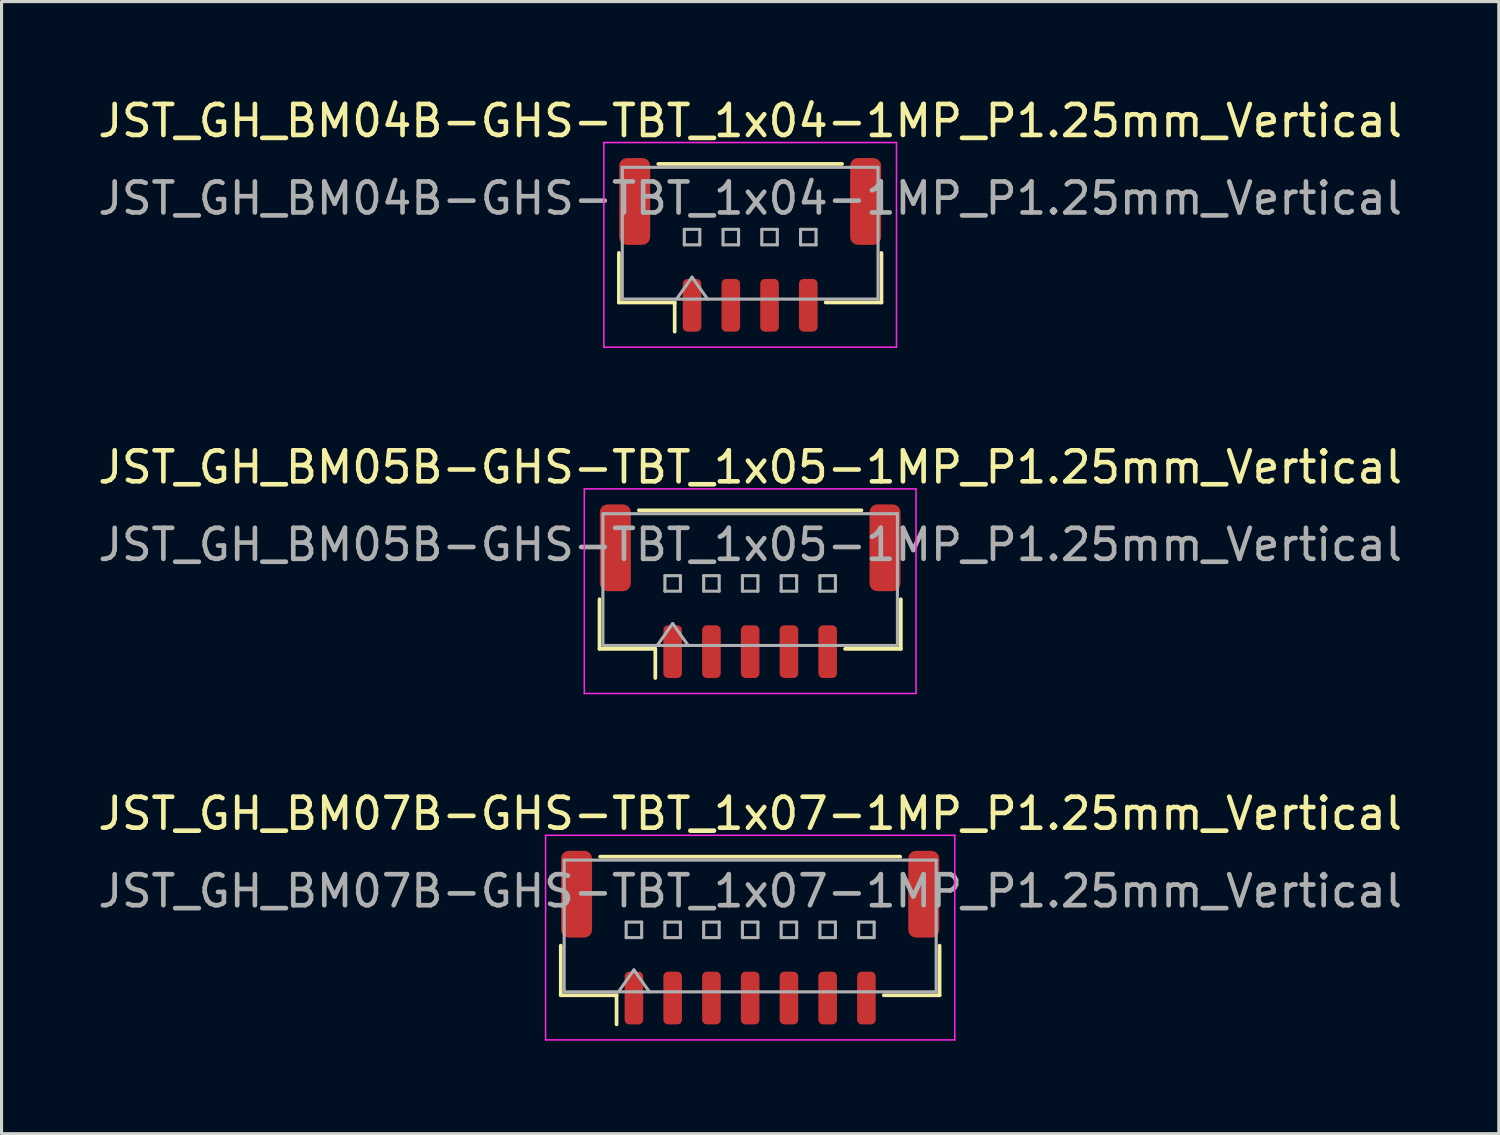
<source format=kicad_pcb>
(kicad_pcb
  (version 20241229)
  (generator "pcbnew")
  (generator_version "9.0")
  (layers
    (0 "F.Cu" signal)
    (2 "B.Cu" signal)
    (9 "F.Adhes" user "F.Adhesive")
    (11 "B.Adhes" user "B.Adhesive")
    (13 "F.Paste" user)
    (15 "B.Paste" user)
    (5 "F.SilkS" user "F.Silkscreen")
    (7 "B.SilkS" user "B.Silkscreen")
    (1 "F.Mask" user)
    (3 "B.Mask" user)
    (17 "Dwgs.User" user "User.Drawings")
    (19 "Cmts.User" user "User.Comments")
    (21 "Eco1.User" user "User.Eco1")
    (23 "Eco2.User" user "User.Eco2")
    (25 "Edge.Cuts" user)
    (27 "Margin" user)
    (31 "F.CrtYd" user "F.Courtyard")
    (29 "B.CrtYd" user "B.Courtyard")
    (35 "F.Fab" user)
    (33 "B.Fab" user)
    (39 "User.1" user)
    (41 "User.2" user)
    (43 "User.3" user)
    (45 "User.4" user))
  (footprint "JST_GH_BM04B-GHS-TBT_1x04-1MP_P1.25mm_Vertical"
    (layer "F.Cu")
    (at 21.149 4.848)
    (property "Reference" "JST_GH_BM04B-GHS-TBT_1x04-1MP_P1.25mm_Vertical" (at 0 -4 0) (layer "F.SilkS") (effects (font (size 1 1) (thickness 0.15))))
    (attr smd)
    (fp_line (start -4.235 0.26) (end -4.235 1.86) (stroke (width 0.12) (type solid)) (layer "F.SilkS"))
    (fp_line (start -4.235 1.86) (end -2.435 1.86) (stroke (width 0.12) (type solid)) (layer "F.SilkS"))
    (fp_line (start -2.965 -2.61) (end 2.965 -2.61) (stroke (width 0.12) (type solid)) (layer "F.SilkS"))
    (fp_line (start -2.435 1.86) (end -2.435 2.8) (stroke (width 0.12) (type solid)) (layer "F.SilkS"))
    (fp_line (start 4.235 0.26) (end 4.235 1.86) (stroke (width 0.12) (type solid)) (layer "F.SilkS"))
    (fp_line (start 4.235 1.86) (end 2.435 1.86) (stroke (width 0.12) (type solid)) (layer "F.SilkS"))
    (fp_line (start -4.72 -3.3) (end -4.72 3.3) (stroke (width 0.05) (type solid)) (layer "F.CrtYd"))
    (fp_line (start -4.72 3.3) (end 4.72 3.3) (stroke (width 0.05) (type solid)) (layer "F.CrtYd"))
    (fp_line (start 4.72 -3.3) (end -4.72 -3.3) (stroke (width 0.05) (type solid)) (layer "F.CrtYd"))
    (fp_line (start 4.72 3.3) (end 4.72 -3.3) (stroke (width 0.05) (type solid)) (layer "F.CrtYd"))
    (fp_line (start -4.125 -2.5) (end 4.125 -2.5) (stroke (width 0.1) (type solid)) (layer "F.Fab"))
    (fp_line (start -4.125 1.75) (end -4.125 -2.5) (stroke (width 0.1) (type solid)) (layer "F.Fab"))
    (fp_line (start -4.125 1.75) (end 4.125 1.75) (stroke (width 0.1) (type solid)) (layer "F.Fab"))
    (fp_line (start -2.375 1.75) (end -1.875 1.043) (stroke (width 0.1) (type solid)) (layer "F.Fab"))
    (fp_line (start -2.125 -0.5) (end -2.125 0) (stroke (width 0.1) (type solid)) (layer "F.Fab"))
    (fp_line (start -2.125 0) (end -1.625 0) (stroke (width 0.1) (type solid)) (layer "F.Fab"))
    (fp_line (start -1.875 1.043) (end -1.375 1.75) (stroke (width 0.1) (type solid)) (layer "F.Fab"))
    (fp_line (start -1.625 -0.5) (end -2.125 -0.5) (stroke (width 0.1) (type solid)) (layer "F.Fab"))
    (fp_line (start -1.625 0) (end -1.625 -0.5) (stroke (width 0.1) (type solid)) (layer "F.Fab"))
    (fp_line (start -0.875 -0.5) (end -0.875 0) (stroke (width 0.1) (type solid)) (layer "F.Fab"))
    (fp_line (start -0.875 0) (end -0.375 0) (stroke (width 0.1) (type solid)) (layer "F.Fab"))
    (fp_line (start -0.375 -0.5) (end -0.875 -0.5) (stroke (width 0.1) (type solid)) (layer "F.Fab"))
    (fp_line (start -0.375 0) (end -0.375 -0.5) (stroke (width 0.1) (type solid)) (layer "F.Fab"))
    (fp_line (start 0.375 -0.5) (end 0.375 0) (stroke (width 0.1) (type solid)) (layer "F.Fab"))
    (fp_line (start 0.375 0) (end 0.875 0) (stroke (width 0.1) (type solid)) (layer "F.Fab"))
    (fp_line (start 0.875 -0.5) (end 0.375 -0.5) (stroke (width 0.1) (type solid)) (layer "F.Fab"))
    (fp_line (start 0.875 0) (end 0.875 -0.5) (stroke (width 0.1) (type solid)) (layer "F.Fab"))
    (fp_line (start 1.625 -0.5) (end 1.625 0) (stroke (width 0.1) (type solid)) (layer "F.Fab"))
    (fp_line (start 1.625 0) (end 2.125 0) (stroke (width 0.1) (type solid)) (layer "F.Fab"))
    (fp_line (start 2.125 -0.5) (end 1.625 -0.5) (stroke (width 0.1) (type solid)) (layer "F.Fab"))
    (fp_line (start 2.125 0) (end 2.125 -0.5) (stroke (width 0.1) (type solid)) (layer "F.Fab"))
    (fp_line (start 4.125 1.75) (end 4.125 -2.5) (stroke (width 0.1) (type solid)) (layer "F.Fab"))
    (fp_text user "${REFERENCE}" (at 0 -1.5 0) (layer "F.Fab") (effects (font (size 1 1) (thickness 0.15))))
    (pad "1" smd roundrect (at -1.875 1.95) (size 0.6 1.7) (layers "F.Cu" "F.Mask" "F.Paste") (roundrect_rratio 0.25))
    (pad "2" smd roundrect (at -0.625 1.95) (size 0.6 1.7) (layers "F.Cu" "F.Mask" "F.Paste") (roundrect_rratio 0.25))
    (pad "3" smd roundrect (at 0.625 1.95) (size 0.6 1.7) (layers "F.Cu" "F.Mask" "F.Paste") (roundrect_rratio 0.25))
    (pad "4" smd roundrect (at 1.875 1.95) (size 0.6 1.7) (layers "F.Cu" "F.Mask" "F.Paste") (roundrect_rratio 0.25))
    (pad "MP" smd roundrect (at -3.725 -1.4) (size 1 2.8) (layers "F.Cu" "F.Mask" "F.Paste") (roundrect_rratio 0.25))
    (pad "MP" smd roundrect (at 3.725 -1.4) (size 1 2.8) (layers "F.Cu" "F.Mask" "F.Paste") (roundrect_rratio 0.25)))
  (footprint "JST_GH_BM05B-GHS-TBT_1x05-1MP_P1.25mm_Vertical"
    (layer "F.Cu")
    (at 21.149 16.021)
    (property "Reference" "JST_GH_BM05B-GHS-TBT_1x05-1MP_P1.25mm_Vertical" (at 0 -4 0) (layer "F.SilkS") (effects (font (size 1 1) (thickness 0.15))))
    (attr smd)
    (fp_line (start -4.86 0.26) (end -4.86 1.86) (stroke (width 0.12) (type solid)) (layer "F.SilkS"))
    (fp_line (start -4.86 1.86) (end -3.06 1.86) (stroke (width 0.12) (type solid)) (layer "F.SilkS"))
    (fp_line (start -3.59 -2.61) (end 3.59 -2.61) (stroke (width 0.12) (type solid)) (layer "F.SilkS"))
    (fp_line (start -3.06 1.86) (end -3.06 2.8) (stroke (width 0.12) (type solid)) (layer "F.SilkS"))
    (fp_line (start 4.86 0.26) (end 4.86 1.86) (stroke (width 0.12) (type solid)) (layer "F.SilkS"))
    (fp_line (start 4.86 1.86) (end 3.06 1.86) (stroke (width 0.12) (type solid)) (layer "F.SilkS"))
    (fp_line (start -5.35 -3.3) (end -5.35 3.3) (stroke (width 0.05) (type solid)) (layer "F.CrtYd"))
    (fp_line (start -5.35 3.3) (end 5.35 3.3) (stroke (width 0.05) (type solid)) (layer "F.CrtYd"))
    (fp_line (start 5.35 -3.3) (end -5.35 -3.3) (stroke (width 0.05) (type solid)) (layer "F.CrtYd"))
    (fp_line (start 5.35 3.3) (end 5.35 -3.3) (stroke (width 0.05) (type solid)) (layer "F.CrtYd"))
    (fp_line (start -4.75 -2.5) (end 4.75 -2.5) (stroke (width 0.1) (type solid)) (layer "F.Fab"))
    (fp_line (start -4.75 1.75) (end -4.75 -2.5) (stroke (width 0.1) (type solid)) (layer "F.Fab"))
    (fp_line (start -4.75 1.75) (end 4.75 1.75) (stroke (width 0.1) (type solid)) (layer "F.Fab"))
    (fp_line (start -3 1.75) (end -2.5 1.043) (stroke (width 0.1) (type solid)) (layer "F.Fab"))
    (fp_line (start -2.75 -0.5) (end -2.75 0) (stroke (width 0.1) (type solid)) (layer "F.Fab"))
    (fp_line (start -2.75 0) (end -2.25 0) (stroke (width 0.1) (type solid)) (layer "F.Fab"))
    (fp_line (start -2.5 1.043) (end -2 1.75) (stroke (width 0.1) (type solid)) (layer "F.Fab"))
    (fp_line (start -2.25 -0.5) (end -2.75 -0.5) (stroke (width 0.1) (type solid)) (layer "F.Fab"))
    (fp_line (start -2.25 0) (end -2.25 -0.5) (stroke (width 0.1) (type solid)) (layer "F.Fab"))
    (fp_line (start -1.5 -0.5) (end -1.5 0) (stroke (width 0.1) (type solid)) (layer "F.Fab"))
    (fp_line (start -1.5 0) (end -1 0) (stroke (width 0.1) (type solid)) (layer "F.Fab"))
    (fp_line (start -1 -0.5) (end -1.5 -0.5) (stroke (width 0.1) (type solid)) (layer "F.Fab"))
    (fp_line (start -1 0) (end -1 -0.5) (stroke (width 0.1) (type solid)) (layer "F.Fab"))
    (fp_line (start -0.25 -0.5) (end -0.25 0) (stroke (width 0.1) (type solid)) (layer "F.Fab"))
    (fp_line (start -0.25 0) (end 0.25 0) (stroke (width 0.1) (type solid)) (layer "F.Fab"))
    (fp_line (start 0.25 -0.5) (end -0.25 -0.5) (stroke (width 0.1) (type solid)) (layer "F.Fab"))
    (fp_line (start 0.25 0) (end 0.25 -0.5) (stroke (width 0.1) (type solid)) (layer "F.Fab"))
    (fp_line (start 1 -0.5) (end 1 0) (stroke (width 0.1) (type solid)) (layer "F.Fab"))
    (fp_line (start 1 0) (end 1.5 0) (stroke (width 0.1) (type solid)) (layer "F.Fab"))
    (fp_line (start 1.5 -0.5) (end 1 -0.5) (stroke (width 0.1) (type solid)) (layer "F.Fab"))
    (fp_line (start 1.5 0) (end 1.5 -0.5) (stroke (width 0.1) (type solid)) (layer "F.Fab"))
    (fp_line (start 2.25 -0.5) (end 2.25 0) (stroke (width 0.1) (type solid)) (layer "F.Fab"))
    (fp_line (start 2.25 0) (end 2.75 0) (stroke (width 0.1) (type solid)) (layer "F.Fab"))
    (fp_line (start 2.75 -0.5) (end 2.25 -0.5) (stroke (width 0.1) (type solid)) (layer "F.Fab"))
    (fp_line (start 2.75 0) (end 2.75 -0.5) (stroke (width 0.1) (type solid)) (layer "F.Fab"))
    (fp_line (start 4.75 1.75) (end 4.75 -2.5) (stroke (width 0.1) (type solid)) (layer "F.Fab"))
    (fp_text user "${REFERENCE}" (at 0 -1.5 0) (layer "F.Fab") (effects (font (size 1 1) (thickness 0.15))))
    (pad "1" smd roundrect (at -2.5 1.95) (size 0.6 1.7) (layers "F.Cu" "F.Mask" "F.Paste") (roundrect_rratio 0.25))
    (pad "2" smd roundrect (at -1.25 1.95) (size 0.6 1.7) (layers "F.Cu" "F.Mask" "F.Paste") (roundrect_rratio 0.25))
    (pad "3" smd roundrect (at 0 1.95) (size 0.6 1.7) (layers "F.Cu" "F.Mask" "F.Paste") (roundrect_rratio 0.25))
    (pad "4" smd roundrect (at 1.25 1.95) (size 0.6 1.7) (layers "F.Cu" "F.Mask" "F.Paste") (roundrect_rratio 0.25))
    (pad "5" smd roundrect (at 2.5 1.95) (size 0.6 1.7) (layers "F.Cu" "F.Mask" "F.Paste") (roundrect_rratio 0.25))
    (pad "MP" smd roundrect (at -4.35 -1.4) (size 1 2.8) (layers "F.Cu" "F.Mask" "F.Paste") (roundrect_rratio 0.25))
    (pad "MP" smd roundrect (at 4.35 -1.4) (size 1 2.8) (layers "F.Cu" "F.Mask" "F.Paste") (roundrect_rratio 0.25)))
  (footprint "JST_GH_BM07B-GHS-TBT_1x07-1MP_P1.25mm_Vertical"
    (layer "F.Cu")
    (at 21.149 27.195)
    (property "Reference" "JST_GH_BM07B-GHS-TBT_1x07-1MP_P1.25mm_Vertical" (at 0 -4 0) (layer "F.SilkS") (effects (font (size 1 1) (thickness 0.15))))
    (attr smd)
    (fp_line (start -6.11 0.26) (end -6.11 1.86) (stroke (width 0.12) (type solid)) (layer "F.SilkS"))
    (fp_line (start -6.11 1.86) (end -4.31 1.86) (stroke (width 0.12) (type solid)) (layer "F.SilkS"))
    (fp_line (start -4.84 -2.61) (end 4.84 -2.61) (stroke (width 0.12) (type solid)) (layer "F.SilkS"))
    (fp_line (start -4.31 1.86) (end -4.31 2.8) (stroke (width 0.12) (type solid)) (layer "F.SilkS"))
    (fp_line (start 6.11 0.26) (end 6.11 1.86) (stroke (width 0.12) (type solid)) (layer "F.SilkS"))
    (fp_line (start 6.11 1.86) (end 4.31 1.86) (stroke (width 0.12) (type solid)) (layer "F.SilkS"))
    (fp_line (start -6.6 -3.3) (end -6.6 3.3) (stroke (width 0.05) (type solid)) (layer "F.CrtYd"))
    (fp_line (start -6.6 3.3) (end 6.6 3.3) (stroke (width 0.05) (type solid)) (layer "F.CrtYd"))
    (fp_line (start 6.6 -3.3) (end -6.6 -3.3) (stroke (width 0.05) (type solid)) (layer "F.CrtYd"))
    (fp_line (start 6.6 3.3) (end 6.6 -3.3) (stroke (width 0.05) (type solid)) (layer "F.CrtYd"))
    (fp_line (start -6 -2.5) (end 6 -2.5) (stroke (width 0.1) (type solid)) (layer "F.Fab"))
    (fp_line (start -6 1.75) (end -6 -2.5) (stroke (width 0.1) (type solid)) (layer "F.Fab"))
    (fp_line (start -6 1.75) (end 6 1.75) (stroke (width 0.1) (type solid)) (layer "F.Fab"))
    (fp_line (start -4.25 1.75) (end -3.75 1.043) (stroke (width 0.1) (type solid)) (layer "F.Fab"))
    (fp_line (start -4 -0.5) (end -4 0) (stroke (width 0.1) (type solid)) (layer "F.Fab"))
    (fp_line (start -4 0) (end -3.5 0) (stroke (width 0.1) (type solid)) (layer "F.Fab"))
    (fp_line (start -3.75 1.043) (end -3.25 1.75) (stroke (width 0.1) (type solid)) (layer "F.Fab"))
    (fp_line (start -3.5 -0.5) (end -4 -0.5) (stroke (width 0.1) (type solid)) (layer "F.Fab"))
    (fp_line (start -3.5 0) (end -3.5 -0.5) (stroke (width 0.1) (type solid)) (layer "F.Fab"))
    (fp_line (start -2.75 -0.5) (end -2.75 0) (stroke (width 0.1) (type solid)) (layer "F.Fab"))
    (fp_line (start -2.75 0) (end -2.25 0) (stroke (width 0.1) (type solid)) (layer "F.Fab"))
    (fp_line (start -2.25 -0.5) (end -2.75 -0.5) (stroke (width 0.1) (type solid)) (layer "F.Fab"))
    (fp_line (start -2.25 0) (end -2.25 -0.5) (stroke (width 0.1) (type solid)) (layer "F.Fab"))
    (fp_line (start -1.5 -0.5) (end -1.5 0) (stroke (width 0.1) (type solid)) (layer "F.Fab"))
    (fp_line (start -1.5 0) (end -1 0) (stroke (width 0.1) (type solid)) (layer "F.Fab"))
    (fp_line (start -1 -0.5) (end -1.5 -0.5) (stroke (width 0.1) (type solid)) (layer "F.Fab"))
    (fp_line (start -1 0) (end -1 -0.5) (stroke (width 0.1) (type solid)) (layer "F.Fab"))
    (fp_line (start -0.25 -0.5) (end -0.25 0) (stroke (width 0.1) (type solid)) (layer "F.Fab"))
    (fp_line (start -0.25 0) (end 0.25 0) (stroke (width 0.1) (type solid)) (layer "F.Fab"))
    (fp_line (start 0.25 -0.5) (end -0.25 -0.5) (stroke (width 0.1) (type solid)) (layer "F.Fab"))
    (fp_line (start 0.25 0) (end 0.25 -0.5) (stroke (width 0.1) (type solid)) (layer "F.Fab"))
    (fp_line (start 1 -0.5) (end 1 0) (stroke (width 0.1) (type solid)) (layer "F.Fab"))
    (fp_line (start 1 0) (end 1.5 0) (stroke (width 0.1) (type solid)) (layer "F.Fab"))
    (fp_line (start 1.5 -0.5) (end 1 -0.5) (stroke (width 0.1) (type solid)) (layer "F.Fab"))
    (fp_line (start 1.5 0) (end 1.5 -0.5) (stroke (width 0.1) (type solid)) (layer "F.Fab"))
    (fp_line (start 2.25 -0.5) (end 2.25 0) (stroke (width 0.1) (type solid)) (layer "F.Fab"))
    (fp_line (start 2.25 0) (end 2.75 0) (stroke (width 0.1) (type solid)) (layer "F.Fab"))
    (fp_line (start 2.75 -0.5) (end 2.25 -0.5) (stroke (width 0.1) (type solid)) (layer "F.Fab"))
    (fp_line (start 2.75 0) (end 2.75 -0.5) (stroke (width 0.1) (type solid)) (layer "F.Fab"))
    (fp_line (start 3.5 -0.5) (end 3.5 0) (stroke (width 0.1) (type solid)) (layer "F.Fab"))
    (fp_line (start 3.5 0) (end 4 0) (stroke (width 0.1) (type solid)) (layer "F.Fab"))
    (fp_line (start 4 -0.5) (end 3.5 -0.5) (stroke (width 0.1) (type solid)) (layer "F.Fab"))
    (fp_line (start 4 0) (end 4 -0.5) (stroke (width 0.1) (type solid)) (layer "F.Fab"))
    (fp_line (start 6 1.75) (end 6 -2.5) (stroke (width 0.1) (type solid)) (layer "F.Fab"))
    (fp_text user "${REFERENCE}" (at 0 -1.5 0) (layer "F.Fab") (effects (font (size 1 1) (thickness 0.15))))
    (pad "1" smd roundrect (at -3.75 1.95) (size 0.6 1.7) (layers "F.Cu" "F.Mask" "F.Paste") (roundrect_rratio 0.25))
    (pad "2" smd roundrect (at -2.5 1.95) (size 0.6 1.7) (layers "F.Cu" "F.Mask" "F.Paste") (roundrect_rratio 0.25))
    (pad "3" smd roundrect (at -1.25 1.95) (size 0.6 1.7) (layers "F.Cu" "F.Mask" "F.Paste") (roundrect_rratio 0.25))
    (pad "4" smd roundrect (at 0 1.95) (size 0.6 1.7) (layers "F.Cu" "F.Mask" "F.Paste") (roundrect_rratio 0.25))
    (pad "5" smd roundrect (at 1.25 1.95) (size 0.6 1.7) (layers "F.Cu" "F.Mask" "F.Paste") (roundrect_rratio 0.25))
    (pad "6" smd roundrect (at 2.5 1.95) (size 0.6 1.7) (layers "F.Cu" "F.Mask" "F.Paste") (roundrect_rratio 0.25))
    (pad "7" smd roundrect (at 3.75 1.95) (size 0.6 1.7) (layers "F.Cu" "F.Mask" "F.Paste") (roundrect_rratio 0.25))
    (pad "MP" smd roundrect (at -5.6 -1.4) (size 1 2.8) (layers "F.Cu" "F.Mask" "F.Paste") (roundrect_rratio 0.25))
    (pad "MP" smd roundrect (at 5.6 -1.4) (size 1 2.8) (layers "F.Cu" "F.Mask" "F.Paste") (roundrect_rratio 0.25)))
  (gr_rect
    (start -3 -3)
    (end 45.298 33.52)
    (stroke (width 0.1) (type default))
    (fill no)
    (layer "Edge.Cuts")))
</source>
